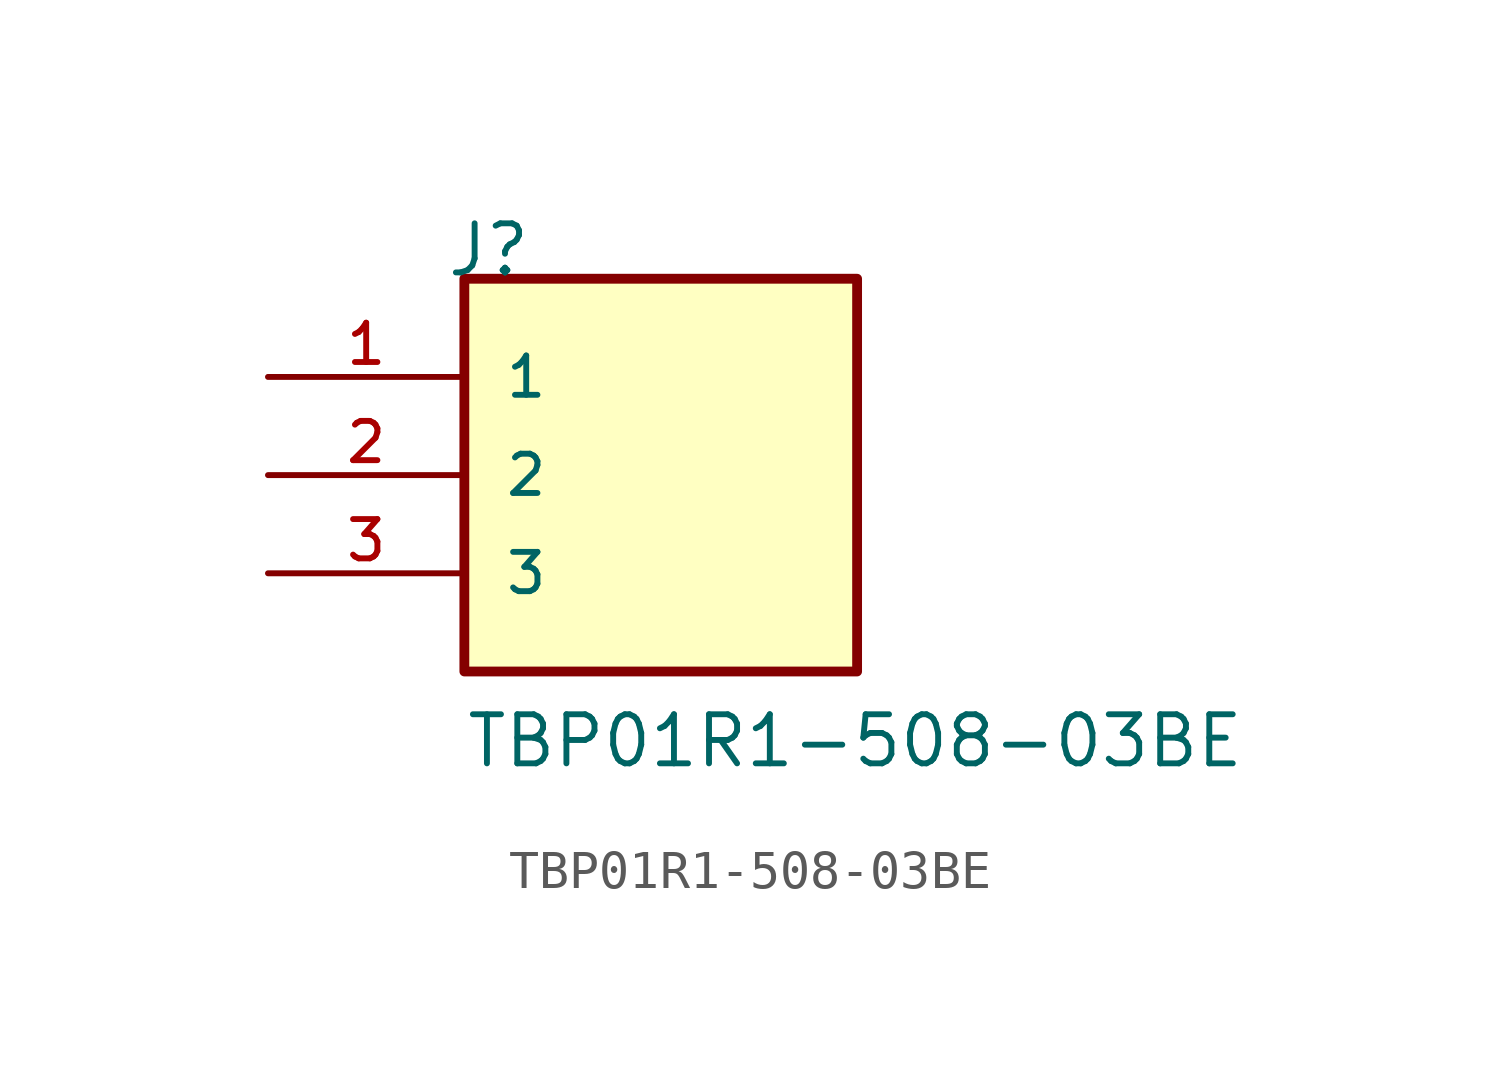
<source format=kicad_sym>
(kicad_symbol_lib
  (version 20211014)
  (generator kicad_symbol_editor)
  (symbol "TBP01R1-508-03BE"
    (pin_names
      (offset 1.016))
    (property "Reference" "J"
      (at -5.58 5.08 0)
      (effects (font (size 1.27 1.27)) (justify bottom left)))
    (property "Value" "TBP01R1-508-03BE"
      (at -5.08 -7.62 0)
      (effects (font (size 1.27 1.27)) (justify bottom left)))
    (symbol "TBP01R1-508-03BE_0_0"
      (rectangle (start -5.08 -5.08) (end 5.08 5.08) (stroke (width 0.254)) (fill (type background)))
      (pin passive line (at -10.16 2.54 0) (length 5.08) (name "1" (effects (font (size 1.016 1.016)))) (number "1" (effects (font (size 1.016 1.016)))))
      (pin passive line (at -10.16 0.0 0) (length 5.08) (name "2" (effects (font (size 1.016 1.016)))) (number "2" (effects (font (size 1.016 1.016)))))
      (pin passive line (at -10.16 -2.54 0) (length 5.08) (name "3" (effects (font (size 1.016 1.016)))) (number "3" (effects (font (size 1.016 1.016))))))))
</source>
